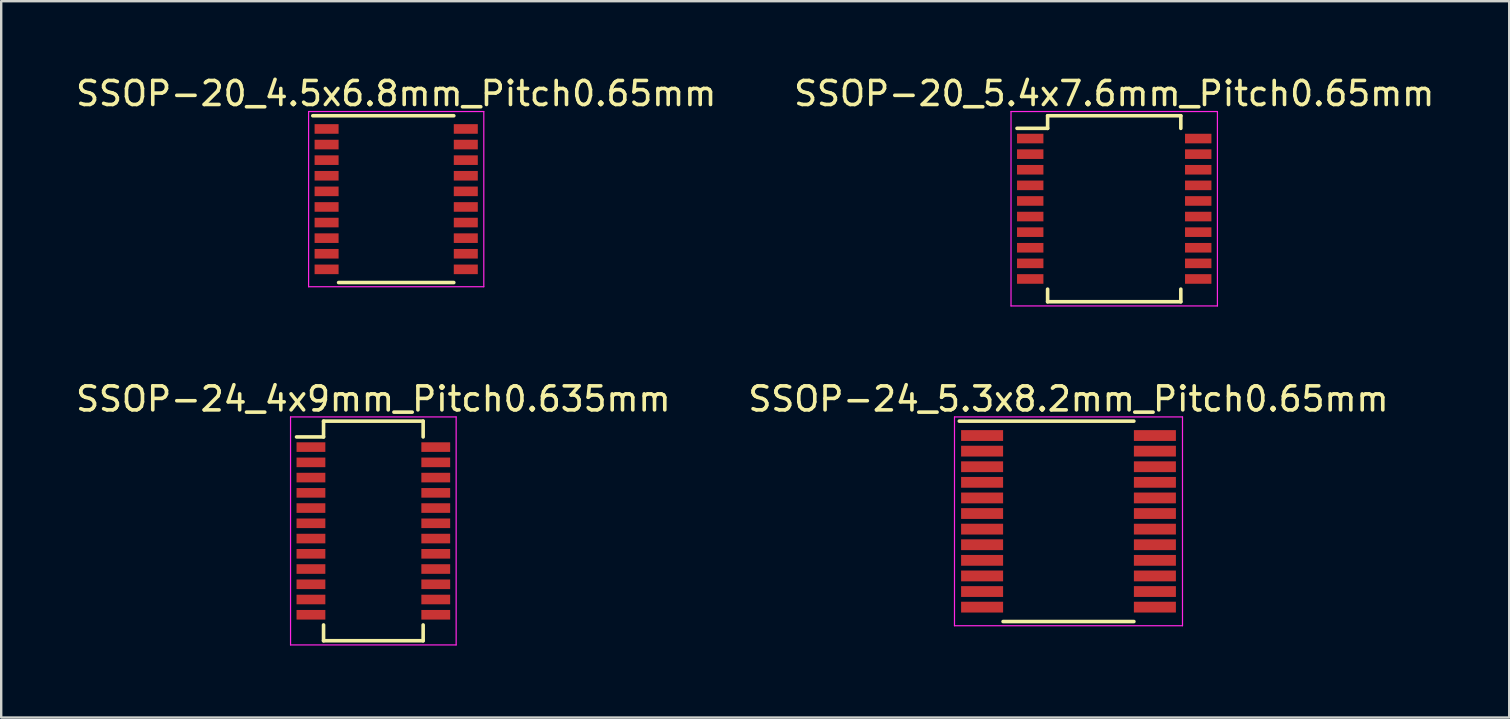
<source format=kicad_pcb>
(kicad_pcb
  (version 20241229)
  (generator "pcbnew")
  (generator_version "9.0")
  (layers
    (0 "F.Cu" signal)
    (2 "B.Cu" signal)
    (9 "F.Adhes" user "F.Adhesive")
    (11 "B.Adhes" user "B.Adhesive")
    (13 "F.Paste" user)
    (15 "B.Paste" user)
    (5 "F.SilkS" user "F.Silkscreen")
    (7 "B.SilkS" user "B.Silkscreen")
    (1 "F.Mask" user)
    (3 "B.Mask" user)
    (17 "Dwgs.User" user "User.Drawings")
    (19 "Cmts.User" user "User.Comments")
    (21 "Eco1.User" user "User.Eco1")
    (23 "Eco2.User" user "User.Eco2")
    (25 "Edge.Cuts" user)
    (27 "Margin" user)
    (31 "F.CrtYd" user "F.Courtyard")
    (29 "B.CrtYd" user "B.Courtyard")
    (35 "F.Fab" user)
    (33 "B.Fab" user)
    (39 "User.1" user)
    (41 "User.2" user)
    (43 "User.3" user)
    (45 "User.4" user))
  (footprint "SSOP-20_5.4x7.6mm_Pitch0.65mm"
    (layer "F.Cu")
    (at 43.375 5.648)
    (property "Reference" "SSOP-20_5.4x7.6mm_Pitch0.65mm" (at 0 -4.8 0) (layer "F.SilkS") (effects (font (size 1 1) (thickness 0.15))))
    (attr smd)
    (fp_line (start -2.775 -3.875) (end -2.775 -3.35) (stroke (width 0.15) (type solid)) (layer "F.SilkS"))
    (fp_line (start -2.775 -3.875) (end 2.775 -3.875) (stroke (width 0.15) (type solid)) (layer "F.SilkS"))
    (fp_line (start -2.775 -3.35) (end -4.05 -3.35) (stroke (width 0.15) (type solid)) (layer "F.SilkS"))
    (fp_line (start -2.775 3.875) (end -2.775 3.35) (stroke (width 0.15) (type solid)) (layer "F.SilkS"))
    (fp_line (start -2.775 3.875) (end 2.775 3.875) (stroke (width 0.15) (type solid)) (layer "F.SilkS"))
    (fp_line (start 2.775 -3.875) (end 2.775 -3.35) (stroke (width 0.15) (type solid)) (layer "F.SilkS"))
    (fp_line (start 2.775 3.875) (end 2.775 3.35) (stroke (width 0.15) (type solid)) (layer "F.SilkS"))
    (fp_line (start -4.3 -4.05) (end -4.3 4.05) (stroke (width 0.05) (type solid)) (layer "F.CrtYd"))
    (fp_line (start -4.3 -4.05) (end 4.3 -4.05) (stroke (width 0.05) (type solid)) (layer "F.CrtYd"))
    (fp_line (start -4.3 4.05) (end 4.3 4.05) (stroke (width 0.05) (type solid)) (layer "F.CrtYd"))
    (fp_line (start 4.3 -4.05) (end 4.3 4.05) (stroke (width 0.05) (type solid)) (layer "F.CrtYd"))
    (pad "1" smd rect (at -3.5 -2.925) (size 1.1 0.4) (layers "F.Cu" "F.Mask" "F.Paste"))
    (pad "2" smd rect (at -3.5 -2.275) (size 1.1 0.4) (layers "F.Cu" "F.Mask" "F.Paste"))
    (pad "3" smd rect (at -3.5 -1.625) (size 1.1 0.4) (layers "F.Cu" "F.Mask" "F.Paste"))
    (pad "4" smd rect (at -3.5 -0.975) (size 1.1 0.4) (layers "F.Cu" "F.Mask" "F.Paste"))
    (pad "5" smd rect (at -3.5 -0.325) (size 1.1 0.4) (layers "F.Cu" "F.Mask" "F.Paste"))
    (pad "6" smd rect (at -3.5 0.325) (size 1.1 0.4) (layers "F.Cu" "F.Mask" "F.Paste"))
    (pad "7" smd rect (at -3.5 0.975) (size 1.1 0.4) (layers "F.Cu" "F.Mask" "F.Paste"))
    (pad "8" smd rect (at -3.5 1.625) (size 1.1 0.4) (layers "F.Cu" "F.Mask" "F.Paste"))
    (pad "9" smd rect (at -3.5 2.275) (size 1.1 0.4) (layers "F.Cu" "F.Mask" "F.Paste"))
    (pad "10" smd rect (at -3.5 2.925) (size 1.1 0.4) (layers "F.Cu" "F.Mask" "F.Paste"))
    (pad "11" smd rect (at 3.5 2.925) (size 1.1 0.4) (layers "F.Cu" "F.Mask" "F.Paste"))
    (pad "12" smd rect (at 3.5 2.275) (size 1.1 0.4) (layers "F.Cu" "F.Mask" "F.Paste"))
    (pad "13" smd rect (at 3.5 1.625) (size 1.1 0.4) (layers "F.Cu" "F.Mask" "F.Paste"))
    (pad "14" smd rect (at 3.5 0.975) (size 1.1 0.4) (layers "F.Cu" "F.Mask" "F.Paste"))
    (pad "15" smd rect (at 3.5 0.325) (size 1.1 0.4) (layers "F.Cu" "F.Mask" "F.Paste"))
    (pad "16" smd rect (at 3.5 -0.325) (size 1.1 0.4) (layers "F.Cu" "F.Mask" "F.Paste"))
    (pad "17" smd rect (at 3.5 -0.975) (size 1.1 0.4) (layers "F.Cu" "F.Mask" "F.Paste"))
    (pad "18" smd rect (at 3.5 -1.625) (size 1.1 0.4) (layers "F.Cu" "F.Mask" "F.Paste"))
    (pad "19" smd rect (at 3.5 -2.275) (size 1.1 0.4) (layers "F.Cu" "F.Mask" "F.Paste"))
    (pad "20" smd rect (at 3.5 -2.925) (size 1.1 0.4) (layers "F.Cu" "F.Mask" "F.Paste")))
  (footprint "SSOP-24_5.3x8.2mm_Pitch0.65mm"
    (layer "F.Cu")
    (at 41.47 18.672)
    (property "Reference" "SSOP-24_5.3x8.2mm_Pitch0.65mm" (at 0 -5.1 0) (layer "F.SilkS") (effects (font (size 1 1) (thickness 0.15))))
    (attr smd)
    (fp_line (start -4.55 -4.175) (end 2.725 -4.175) (stroke (width 0.15) (type solid)) (layer "F.SilkS"))
    (fp_line (start -2.725 4.175) (end 2.725 4.175) (stroke (width 0.15) (type solid)) (layer "F.SilkS"))
    (fp_line (start -4.75 -4.35) (end -4.75 4.35) (stroke (width 0.05) (type solid)) (layer "F.CrtYd"))
    (fp_line (start -4.75 -4.35) (end 4.75 -4.35) (stroke (width 0.05) (type solid)) (layer "F.CrtYd"))
    (fp_line (start -4.75 4.35) (end 4.75 4.35) (stroke (width 0.05) (type solid)) (layer "F.CrtYd"))
    (fp_line (start 4.75 -4.35) (end 4.75 4.35) (stroke (width 0.05) (type solid)) (layer "F.CrtYd"))
    (pad "1" smd rect (at -3.6 -3.575) (size 1.75 0.45) (layers "F.Cu" "F.Mask" "F.Paste"))
    (pad "2" smd rect (at -3.6 -2.925) (size 1.75 0.45) (layers "F.Cu" "F.Mask" "F.Paste"))
    (pad "3" smd rect (at -3.6 -2.275) (size 1.75 0.45) (layers "F.Cu" "F.Mask" "F.Paste"))
    (pad "4" smd rect (at -3.6 -1.625) (size 1.75 0.45) (layers "F.Cu" "F.Mask" "F.Paste"))
    (pad "5" smd rect (at -3.6 -0.975) (size 1.75 0.45) (layers "F.Cu" "F.Mask" "F.Paste"))
    (pad "6" smd rect (at -3.6 -0.325) (size 1.75 0.45) (layers "F.Cu" "F.Mask" "F.Paste"))
    (pad "7" smd rect (at -3.6 0.325) (size 1.75 0.45) (layers "F.Cu" "F.Mask" "F.Paste"))
    (pad "8" smd rect (at -3.6 0.975) (size 1.75 0.45) (layers "F.Cu" "F.Mask" "F.Paste"))
    (pad "9" smd rect (at -3.6 1.625) (size 1.75 0.45) (layers "F.Cu" "F.Mask" "F.Paste"))
    (pad "10" smd rect (at -3.6 2.275) (size 1.75 0.45) (layers "F.Cu" "F.Mask" "F.Paste"))
    (pad "11" smd rect (at -3.6 2.925) (size 1.75 0.45) (layers "F.Cu" "F.Mask" "F.Paste"))
    (pad "12" smd rect (at -3.6 3.575) (size 1.75 0.45) (layers "F.Cu" "F.Mask" "F.Paste"))
    (pad "13" smd rect (at 3.6 3.575) (size 1.75 0.45) (layers "F.Cu" "F.Mask" "F.Paste"))
    (pad "14" smd rect (at 3.6 2.925) (size 1.75 0.45) (layers "F.Cu" "F.Mask" "F.Paste"))
    (pad "15" smd rect (at 3.6 2.275) (size 1.75 0.45) (layers "F.Cu" "F.Mask" "F.Paste"))
    (pad "16" smd rect (at 3.6 1.625) (size 1.75 0.45) (layers "F.Cu" "F.Mask" "F.Paste"))
    (pad "17" smd rect (at 3.6 0.975) (size 1.75 0.45) (layers "F.Cu" "F.Mask" "F.Paste"))
    (pad "18" smd rect (at 3.6 0.325) (size 1.75 0.45) (layers "F.Cu" "F.Mask" "F.Paste"))
    (pad "19" smd rect (at 3.6 -0.325) (size 1.75 0.45) (layers "F.Cu" "F.Mask" "F.Paste"))
    (pad "20" smd rect (at 3.6 -0.975) (size 1.75 0.45) (layers "F.Cu" "F.Mask" "F.Paste"))
    (pad "21" smd rect (at 3.6 -1.625) (size 1.75 0.45) (layers "F.Cu" "F.Mask" "F.Paste"))
    (pad "22" smd rect (at 3.6 -2.275) (size 1.75 0.45) (layers "F.Cu" "F.Mask" "F.Paste"))
    (pad "23" smd rect (at 3.6 -2.925) (size 1.75 0.45) (layers "F.Cu" "F.Mask" "F.Paste"))
    (pad "24" smd rect (at 3.6 -3.575) (size 1.75 0.45) (layers "F.Cu" "F.Mask" "F.Paste")))
  (footprint "SSOP-20_4.5x6.8mm_Pitch0.65mm"
    (layer "F.Cu")
    (at 13.458 5.248)
    (property "Reference" "SSOP-20_4.5x6.8mm_Pitch0.65mm" (at 0 -4.4 0) (layer "F.SilkS") (effects (font (size 1 1) (thickness 0.15))))
    (attr smd)
    (fp_line (start -3.475 -3.475) (end 2.4 -3.475) (stroke (width 0.15) (type solid)) (layer "F.SilkS"))
    (fp_line (start -2.4 3.475) (end 2.4 3.475) (stroke (width 0.15) (type solid)) (layer "F.SilkS"))
    (fp_line (start -3.65 -3.65) (end -3.65 3.65) (stroke (width 0.05) (type solid)) (layer "F.CrtYd"))
    (fp_line (start -3.65 -3.65) (end 3.65 -3.65) (stroke (width 0.05) (type solid)) (layer "F.CrtYd"))
    (fp_line (start -3.65 3.65) (end 3.65 3.65) (stroke (width 0.05) (type solid)) (layer "F.CrtYd"))
    (fp_line (start 3.65 -3.65) (end 3.65 3.65) (stroke (width 0.05) (type solid)) (layer "F.CrtYd"))
    (pad "1" smd rect (at -2.9 -2.925) (size 1 0.4) (layers "F.Cu" "F.Mask" "F.Paste"))
    (pad "2" smd rect (at -2.9 -2.275) (size 1 0.4) (layers "F.Cu" "F.Mask" "F.Paste"))
    (pad "3" smd rect (at -2.9 -1.625) (size 1 0.4) (layers "F.Cu" "F.Mask" "F.Paste"))
    (pad "4" smd rect (at -2.9 -0.975) (size 1 0.4) (layers "F.Cu" "F.Mask" "F.Paste"))
    (pad "5" smd rect (at -2.9 -0.325) (size 1 0.4) (layers "F.Cu" "F.Mask" "F.Paste"))
    (pad "6" smd rect (at -2.9 0.325) (size 1 0.4) (layers "F.Cu" "F.Mask" "F.Paste"))
    (pad "7" smd rect (at -2.9 0.975) (size 1 0.4) (layers "F.Cu" "F.Mask" "F.Paste"))
    (pad "8" smd rect (at -2.9 1.625) (size 1 0.4) (layers "F.Cu" "F.Mask" "F.Paste"))
    (pad "9" smd rect (at -2.9 2.275) (size 1 0.4) (layers "F.Cu" "F.Mask" "F.Paste"))
    (pad "10" smd rect (at -2.9 2.925) (size 1 0.4) (layers "F.Cu" "F.Mask" "F.Paste"))
    (pad "11" smd rect (at 2.9 2.925) (size 1 0.4) (layers "F.Cu" "F.Mask" "F.Paste"))
    (pad "12" smd rect (at 2.9 2.275) (size 1 0.4) (layers "F.Cu" "F.Mask" "F.Paste"))
    (pad "13" smd rect (at 2.9 1.625) (size 1 0.4) (layers "F.Cu" "F.Mask" "F.Paste"))
    (pad "14" smd rect (at 2.9 0.975) (size 1 0.4) (layers "F.Cu" "F.Mask" "F.Paste"))
    (pad "15" smd rect (at 2.9 0.325) (size 1 0.4) (layers "F.Cu" "F.Mask" "F.Paste"))
    (pad "16" smd rect (at 2.9 -0.325) (size 1 0.4) (layers "F.Cu" "F.Mask" "F.Paste"))
    (pad "17" smd rect (at 2.9 -0.975) (size 1 0.4) (layers "F.Cu" "F.Mask" "F.Paste"))
    (pad "18" smd rect (at 2.9 -1.625) (size 1 0.4) (layers "F.Cu" "F.Mask" "F.Paste"))
    (pad "19" smd rect (at 2.9 -2.275) (size 1 0.4) (layers "F.Cu" "F.Mask" "F.Paste"))
    (pad "20" smd rect (at 2.9 -2.925) (size 1 0.4) (layers "F.Cu" "F.Mask" "F.Paste")))
  (footprint "SSOP-24_4x9mm_Pitch0.635mm"
    (layer "F.Cu")
    (at 12.506 19.072)
    (property "Reference" "SSOP-24_4x9mm_Pitch0.635mm" (at 0 -5.5 0) (layer "F.SilkS") (effects (font (size 1 1) (thickness 0.15))))
    (attr smd)
    (fp_line (start -2.075 -4.575) (end -2.075 -3.917) (stroke (width 0.15) (type solid)) (layer "F.SilkS"))
    (fp_line (start -2.075 -4.575) (end 2.075 -4.575) (stroke (width 0.15) (type solid)) (layer "F.SilkS"))
    (fp_line (start -2.075 -3.917) (end -3.2 -3.917) (stroke (width 0.15) (type solid)) (layer "F.SilkS"))
    (fp_line (start -2.075 4.575) (end -2.075 3.917) (stroke (width 0.15) (type solid)) (layer "F.SilkS"))
    (fp_line (start -2.075 4.575) (end 2.075 4.575) (stroke (width 0.15) (type solid)) (layer "F.SilkS"))
    (fp_line (start 2.075 -4.575) (end 2.075 -3.917) (stroke (width 0.15) (type solid)) (layer "F.SilkS"))
    (fp_line (start 2.075 4.575) (end 2.075 3.917) (stroke (width 0.15) (type solid)) (layer "F.SilkS"))
    (fp_line (start -3.45 -4.75) (end -3.45 4.75) (stroke (width 0.05) (type solid)) (layer "F.CrtYd"))
    (fp_line (start -3.45 -4.75) (end 3.45 -4.75) (stroke (width 0.05) (type solid)) (layer "F.CrtYd"))
    (fp_line (start -3.45 4.75) (end 3.45 4.75) (stroke (width 0.05) (type solid)) (layer "F.CrtYd"))
    (fp_line (start 3.45 -4.75) (end 3.45 4.75) (stroke (width 0.05) (type solid)) (layer "F.CrtYd"))
    (pad "1" smd rect (at -2.6 -3.493) (size 1.2 0.4) (layers "F.Cu" "F.Mask" "F.Paste"))
    (pad "2" smd rect (at -2.6 -2.857) (size 1.2 0.4) (layers "F.Cu" "F.Mask" "F.Paste"))
    (pad "3" smd rect (at -2.6 -2.223) (size 1.2 0.4) (layers "F.Cu" "F.Mask" "F.Paste"))
    (pad "4" smd rect (at -2.6 -1.587) (size 1.2 0.4) (layers "F.Cu" "F.Mask" "F.Paste"))
    (pad "5" smd rect (at -2.6 -0.953) (size 1.2 0.4) (layers "F.Cu" "F.Mask" "F.Paste"))
    (pad "6" smd rect (at -2.6 -0.318) (size 1.2 0.4) (layers "F.Cu" "F.Mask" "F.Paste"))
    (pad "7" smd rect (at -2.6 0.318) (size 1.2 0.4) (layers "F.Cu" "F.Mask" "F.Paste"))
    (pad "8" smd rect (at -2.6 0.953) (size 1.2 0.4) (layers "F.Cu" "F.Mask" "F.Paste"))
    (pad "9" smd rect (at -2.6 1.587) (size 1.2 0.4) (layers "F.Cu" "F.Mask" "F.Paste"))
    (pad "10" smd rect (at -2.6 2.223) (size 1.2 0.4) (layers "F.Cu" "F.Mask" "F.Paste"))
    (pad "11" smd rect (at -2.6 2.857) (size 1.2 0.4) (layers "F.Cu" "F.Mask" "F.Paste"))
    (pad "12" smd rect (at -2.6 3.493) (size 1.2 0.4) (layers "F.Cu" "F.Mask" "F.Paste"))
    (pad "13" smd rect (at 2.6 3.493) (size 1.2 0.4) (layers "F.Cu" "F.Mask" "F.Paste"))
    (pad "14" smd rect (at 2.6 2.857) (size 1.2 0.4) (layers "F.Cu" "F.Mask" "F.Paste"))
    (pad "15" smd rect (at 2.6 2.223) (size 1.2 0.4) (layers "F.Cu" "F.Mask" "F.Paste"))
    (pad "16" smd rect (at 2.6 1.587) (size 1.2 0.4) (layers "F.Cu" "F.Mask" "F.Paste"))
    (pad "17" smd rect (at 2.6 0.953) (size 1.2 0.4) (layers "F.Cu" "F.Mask" "F.Paste"))
    (pad "18" smd rect (at 2.6 0.318) (size 1.2 0.4) (layers "F.Cu" "F.Mask" "F.Paste"))
    (pad "19" smd rect (at 2.6 -0.318) (size 1.2 0.4) (layers "F.Cu" "F.Mask" "F.Paste"))
    (pad "20" smd rect (at 2.6 -0.953) (size 1.2 0.4) (layers "F.Cu" "F.Mask" "F.Paste"))
    (pad "21" smd rect (at 2.6 -1.587) (size 1.2 0.4) (layers "F.Cu" "F.Mask" "F.Paste"))
    (pad "22" smd rect (at 2.6 -2.223) (size 1.2 0.4) (layers "F.Cu" "F.Mask" "F.Paste"))
    (pad "23" smd rect (at 2.6 -2.857) (size 1.2 0.4) (layers "F.Cu" "F.Mask" "F.Paste"))
    (pad "24" smd rect (at 2.6 -3.493) (size 1.2 0.4) (layers "F.Cu" "F.Mask" "F.Paste")))
  (gr_rect
    (start -3 -3)
    (end 59.833 26.846)
    (stroke (width 0.1) (type default))
    (fill no)
    (layer "Edge.Cuts")))
</source>
